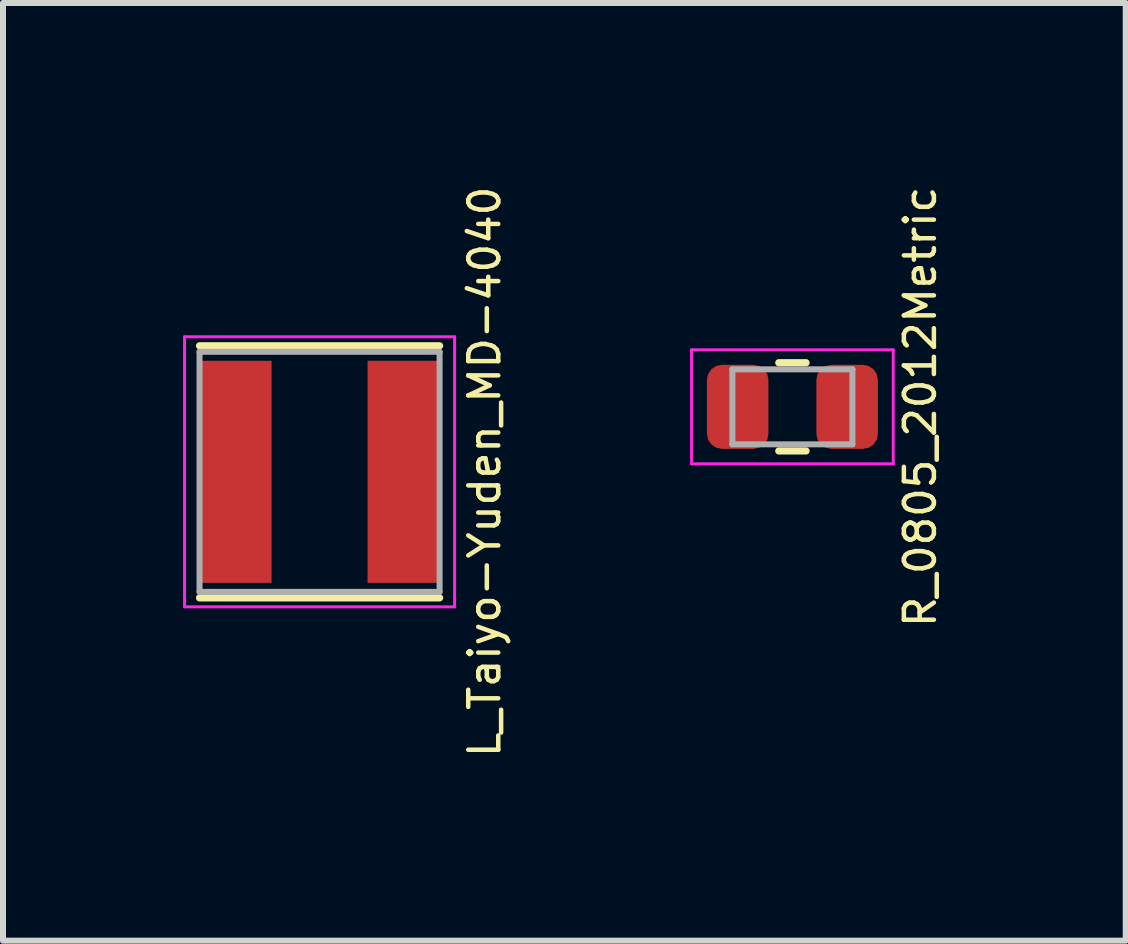
<source format=kicad_pcb>
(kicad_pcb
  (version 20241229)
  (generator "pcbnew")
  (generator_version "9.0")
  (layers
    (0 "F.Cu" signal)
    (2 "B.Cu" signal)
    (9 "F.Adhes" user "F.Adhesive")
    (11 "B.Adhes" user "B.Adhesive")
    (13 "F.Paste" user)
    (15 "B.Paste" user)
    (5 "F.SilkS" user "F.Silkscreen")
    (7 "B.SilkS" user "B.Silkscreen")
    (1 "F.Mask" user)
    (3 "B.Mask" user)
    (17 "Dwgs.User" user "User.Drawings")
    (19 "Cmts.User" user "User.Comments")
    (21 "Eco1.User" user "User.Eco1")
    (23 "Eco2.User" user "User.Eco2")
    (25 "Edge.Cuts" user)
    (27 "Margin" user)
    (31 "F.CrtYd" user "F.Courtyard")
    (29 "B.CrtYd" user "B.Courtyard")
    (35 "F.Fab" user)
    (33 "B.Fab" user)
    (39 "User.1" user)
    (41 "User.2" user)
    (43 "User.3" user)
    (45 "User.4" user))
  (footprint "R_0805_2012Metric"
    (layer "F.Cu")
    (at 10.154 3.729)
    (property "Reference" "R_0805_2012Metric" (at 2.13 0 270) (layer "F.SilkS") (effects (font (size 0.5 0.5) (thickness 0.075))))
    (attr smd)
    (fp_line (start -0.227 -0.735) (end 0.227 -0.735) (stroke (width 0.12) (type solid)) (layer "F.SilkS"))
    (fp_line (start -0.227 0.735) (end 0.227 0.735) (stroke (width 0.12) (type solid)) (layer "F.SilkS"))
    (fp_line (start -1.68 -0.95) (end 1.68 -0.95) (stroke (width 0.05) (type solid)) (layer "F.CrtYd"))
    (fp_line (start -1.68 0.95) (end -1.68 -0.95) (stroke (width 0.05) (type solid)) (layer "F.CrtYd"))
    (fp_line (start 1.68 -0.95) (end 1.68 0.95) (stroke (width 0.05) (type solid)) (layer "F.CrtYd"))
    (fp_line (start 1.68 0.95) (end -1.68 0.95) (stroke (width 0.05) (type solid)) (layer "F.CrtYd"))
    (fp_line (start -1 -0.625) (end 1 -0.625) (stroke (width 0.1) (type solid)) (layer "F.Fab"))
    (fp_line (start -1 0.625) (end -1 -0.625) (stroke (width 0.1) (type solid)) (layer "F.Fab"))
    (fp_line (start 1 -0.625) (end 1 0.625) (stroke (width 0.1) (type solid)) (layer "F.Fab"))
    (fp_line (start 1 0.625) (end -1 0.625) (stroke (width 0.1) (type solid)) (layer "F.Fab"))
    (pad "1" smd roundrect (at -0.912 0) (size 1.025 1.4) (layers "F.Cu" "F.Mask" "F.Paste") (roundrect_rratio 0.244))
    (pad "2" smd roundrect (at 0.912 0) (size 1.025 1.4) (layers "F.Cu" "F.Mask" "F.Paste") (roundrect_rratio 0.244)))
  (footprint "L_Taiyo-Yuden_MD-4040"
    (layer "F.Cu")
    (at 2.275 4.812)
    (property "Reference" "L_Taiyo-Yuden_MD-4040" (at 2.75 0 270) (layer "F.SilkS") (effects (font (size 0.5 0.5) (thickness 0.075))))
    (attr smd)
    (fp_line (start -2 -2.1) (end 2 -2.1) (stroke (width 0.12) (type solid)) (layer "F.SilkS"))
    (fp_line (start -2 2.1) (end 2 2.1) (stroke (width 0.12) (type solid)) (layer "F.SilkS"))
    (fp_line (start -2.25 -2.25) (end -2.25 2.25) (stroke (width 0.05) (type solid)) (layer "F.CrtYd"))
    (fp_line (start -2.25 2.25) (end 2.25 2.25) (stroke (width 0.05) (type solid)) (layer "F.CrtYd"))
    (fp_line (start 2.25 -2.25) (end -2.25 -2.25) (stroke (width 0.05) (type solid)) (layer "F.CrtYd"))
    (fp_line (start 2.25 2.25) (end 2.25 -2.25) (stroke (width 0.05) (type solid)) (layer "F.CrtYd"))
    (fp_line (start -2 -2) (end -2 2) (stroke (width 0.1) (type solid)) (layer "F.Fab"))
    (fp_line (start -2 2) (end 2 2) (stroke (width 0.1) (type solid)) (layer "F.Fab"))
    (fp_line (start 2 -2) (end -2 -2) (stroke (width 0.1) (type solid)) (layer "F.Fab"))
    (fp_line (start 2 2) (end 2 -2) (stroke (width 0.1) (type solid)) (layer "F.Fab"))
    (pad "1" smd rect (at -1.4 0) (size 1.2 3.7) (layers "F.Cu" "F.Mask" "F.Paste"))
    (pad "2" smd rect (at 1.4 0) (size 1.2 3.7) (layers "F.Cu" "F.Mask" "F.Paste")))
  (gr_rect
    (start -3 -3)
    (end 15.708 12.625)
    (stroke (width 0.1) (type default))
    (fill no)
    (layer "Edge.Cuts")))
</source>
